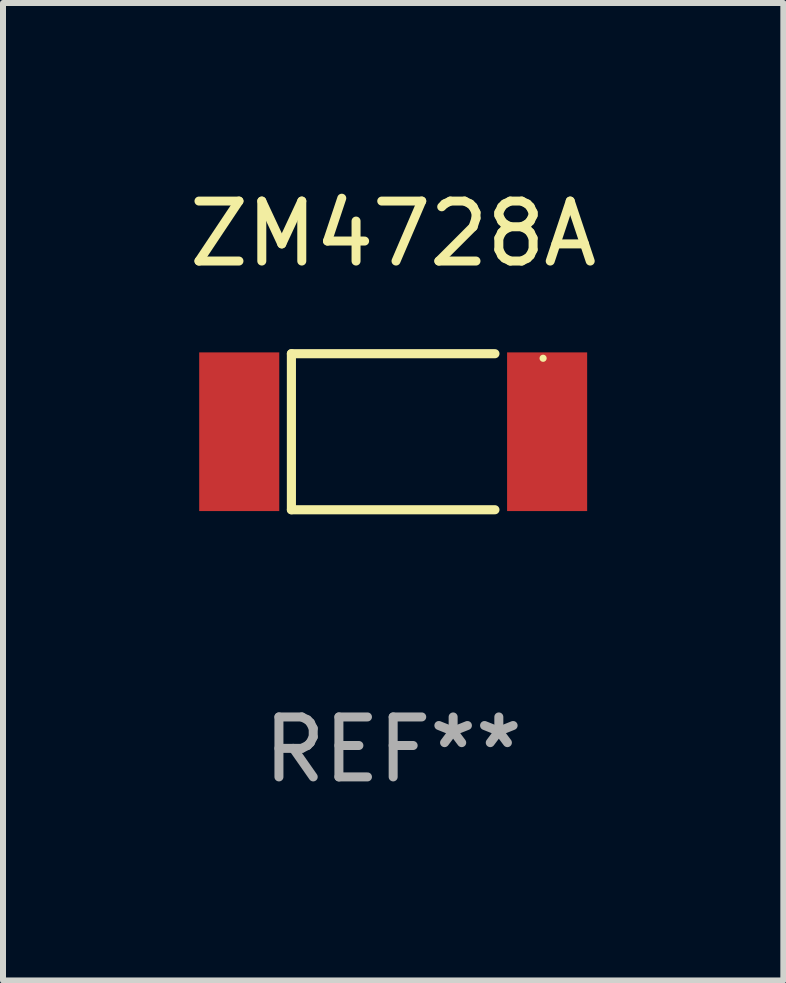
<source format=kicad_pcb>
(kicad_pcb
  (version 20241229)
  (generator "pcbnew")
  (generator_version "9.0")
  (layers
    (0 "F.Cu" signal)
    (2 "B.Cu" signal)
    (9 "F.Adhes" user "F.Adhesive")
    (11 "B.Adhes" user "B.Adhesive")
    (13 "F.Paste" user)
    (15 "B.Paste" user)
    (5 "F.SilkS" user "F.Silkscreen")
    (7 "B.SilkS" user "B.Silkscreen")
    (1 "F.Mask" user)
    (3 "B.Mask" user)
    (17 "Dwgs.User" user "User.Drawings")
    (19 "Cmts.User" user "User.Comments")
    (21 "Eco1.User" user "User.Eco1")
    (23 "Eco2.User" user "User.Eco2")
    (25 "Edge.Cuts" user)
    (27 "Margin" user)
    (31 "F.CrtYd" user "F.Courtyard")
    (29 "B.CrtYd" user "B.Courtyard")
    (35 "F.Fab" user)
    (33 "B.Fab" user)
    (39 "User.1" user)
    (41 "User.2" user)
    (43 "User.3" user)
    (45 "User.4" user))
  (footprint "ZM4728A"
    (layer "F.Cu")
    (at 3.506 4.149)
    (property "Reference" "ZM4728A" (at 0 -3.301 0) (layer "F.SilkS") (effects (font (size 1 1) (thickness 0.15))))
    (attr through_hole)
    (fp_line (start -1.697 -1.301) (end -1.697 1.301) (stroke (width 0.152) (type solid)) (layer "F.SilkS"))
    (fp_line (start -1.697 -1.301) (end 1.697 -1.301) (stroke (width 0.152) (type solid)) (layer "F.SilkS"))
    (fp_line (start -1.697 1.301) (end 1.697 1.301) (stroke (width 0.152) (type solid)) (layer "F.SilkS"))
    (fp_circle (center 2.5 -1.225) (end 2.53 -1.225) (stroke (width 0.06) (type solid)) (fill no) (layer "F.SilkS"))
    (fp_text user "REF**" (at 0 5.301 0) (layer "F.Fab") (effects (font (size 1 1) (thickness 0.15))))
    (pad "1" smd rect (at 2.567 0) (size 1.335 2.646) (layers "F.Cu" "F.Mask" "F.Paste"))
    (pad "2" smd rect (at -2.567 0) (size 1.335 2.646) (layers "F.Cu" "F.Mask" "F.Paste")))
  (gr_rect
    (start -3 -3)
    (end 10.012 13.299)
    (stroke (width 0.1) (type default))
    (fill no)
    (layer "Edge.Cuts")))
</source>
